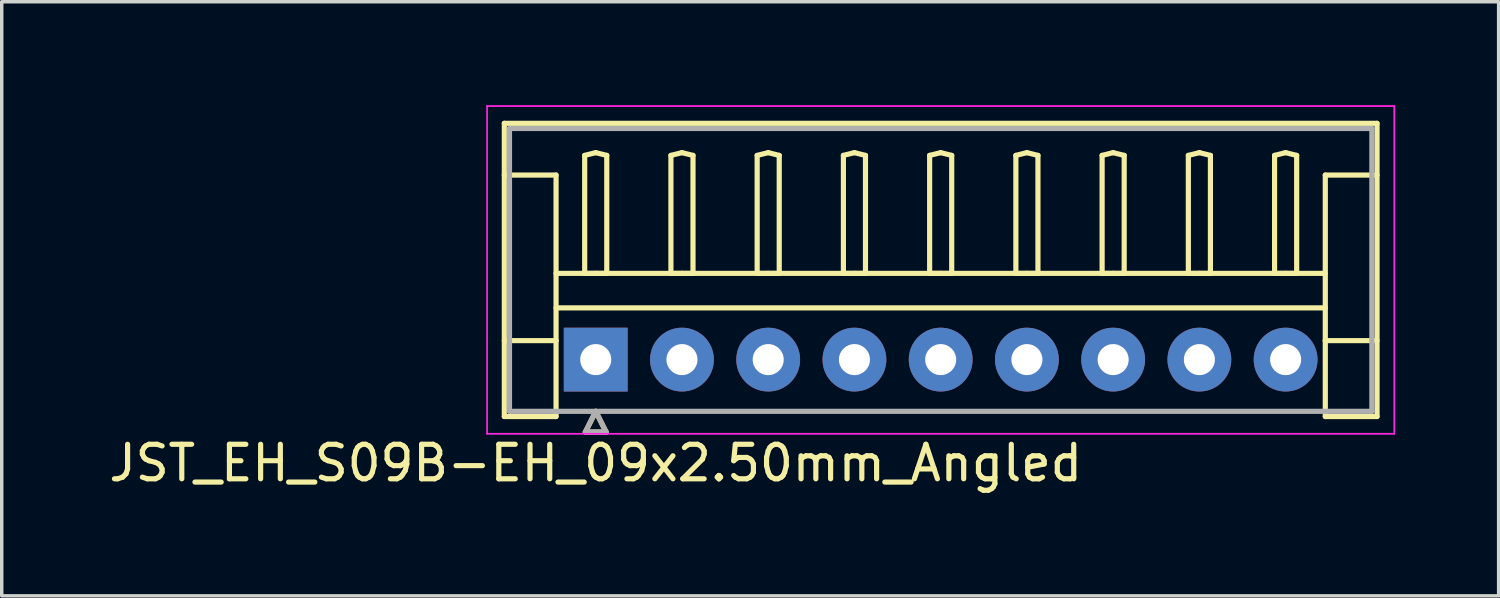
<source format=kicad_pcb>
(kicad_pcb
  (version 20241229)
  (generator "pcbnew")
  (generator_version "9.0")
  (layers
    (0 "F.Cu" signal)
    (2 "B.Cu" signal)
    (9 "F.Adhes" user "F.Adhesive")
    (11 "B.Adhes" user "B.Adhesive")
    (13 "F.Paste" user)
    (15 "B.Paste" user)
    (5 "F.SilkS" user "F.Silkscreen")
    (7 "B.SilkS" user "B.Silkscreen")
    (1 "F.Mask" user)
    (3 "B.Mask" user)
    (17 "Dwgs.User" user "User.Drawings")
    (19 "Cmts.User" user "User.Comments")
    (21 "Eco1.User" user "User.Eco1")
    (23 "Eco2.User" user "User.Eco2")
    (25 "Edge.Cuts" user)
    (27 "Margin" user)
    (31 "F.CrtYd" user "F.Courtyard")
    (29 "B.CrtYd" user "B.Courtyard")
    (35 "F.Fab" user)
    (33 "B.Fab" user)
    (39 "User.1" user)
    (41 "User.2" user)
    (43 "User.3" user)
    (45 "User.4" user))
  (footprint "JST_EH_S09B-EH_09x2.50mm_Angled"
    (layer "F.Cu")
    (at 14.22 7.375)
    (property "Reference" "JST_EH_S09B-EH_09x2.50mm_Angled" (at 0 3 0) (layer "F.SilkS") (effects (font (size 1 1) (thickness 0.15))))
    (attr through_hole)
    (fp_line (start -2.65 -6.85) (end 22.65 -6.85) (stroke (width 0.15) (type solid)) (layer "F.SilkS"))
    (fp_line (start -2.65 -5.35) (end -1.15 -5.35) (stroke (width 0.15) (type solid)) (layer "F.SilkS"))
    (fp_line (start -2.65 1.65) (end -2.65 -6.85) (stroke (width 0.15) (type solid)) (layer "F.SilkS"))
    (fp_line (start -1.15 -5.35) (end -1.15 -0.55) (stroke (width 0.15) (type solid)) (layer "F.SilkS"))
    (fp_line (start -1.15 -2.5) (end 21.15 -2.5) (stroke (width 0.15) (type solid)) (layer "F.SilkS"))
    (fp_line (start -1.15 -1.5) (end 21.15 -1.5) (stroke (width 0.15) (type solid)) (layer "F.SilkS"))
    (fp_line (start -1.15 -0.55) (end -2.65 -0.55) (stroke (width 0.15) (type solid)) (layer "F.SilkS"))
    (fp_line (start -1.15 -0.55) (end -1.15 1.65) (stroke (width 0.15) (type solid)) (layer "F.SilkS"))
    (fp_line (start -1.15 1.65) (end -2.65 1.65) (stroke (width 0.15) (type solid)) (layer "F.SilkS"))
    (fp_line (start -0.32 -5.92) (end 0 -6) (stroke (width 0.15) (type solid)) (layer "F.SilkS"))
    (fp_line (start -0.32 -2.5) (end -0.32 -5.92) (stroke (width 0.15) (type solid)) (layer "F.SilkS"))
    (fp_line (start -0.3 2.1) (end 0.3 2.1) (stroke (width 0.15) (type solid)) (layer "F.SilkS"))
    (fp_line (start 0 -6) (end 0.32 -5.92) (stroke (width 0.15) (type solid)) (layer "F.SilkS"))
    (fp_line (start 0 -2.5) (end -0.32 -2.5) (stroke (width 0.15) (type solid)) (layer "F.SilkS"))
    (fp_line (start 0 1.5) (end -0.3 2.1) (stroke (width 0.15) (type solid)) (layer "F.SilkS"))
    (fp_line (start 0.3 2.1) (end 0 1.5) (stroke (width 0.15) (type solid)) (layer "F.SilkS"))
    (fp_line (start 0.32 -5.92) (end 0.32 -2.5) (stroke (width 0.15) (type solid)) (layer "F.SilkS"))
    (fp_line (start 0.32 -2.5) (end 0 -2.5) (stroke (width 0.15) (type solid)) (layer "F.SilkS"))
    (fp_line (start 2.18 -5.92) (end 2.5 -6) (stroke (width 0.15) (type solid)) (layer "F.SilkS"))
    (fp_line (start 2.18 -2.5) (end 2.18 -5.92) (stroke (width 0.15) (type solid)) (layer "F.SilkS"))
    (fp_line (start 2.5 -6) (end 2.82 -5.92) (stroke (width 0.15) (type solid)) (layer "F.SilkS"))
    (fp_line (start 2.5 -2.5) (end 2.18 -2.5) (stroke (width 0.15) (type solid)) (layer "F.SilkS"))
    (fp_line (start 2.82 -5.92) (end 2.82 -2.5) (stroke (width 0.15) (type solid)) (layer "F.SilkS"))
    (fp_line (start 2.82 -2.5) (end 2.5 -2.5) (stroke (width 0.15) (type solid)) (layer "F.SilkS"))
    (fp_line (start 4.68 -5.92) (end 5 -6) (stroke (width 0.15) (type solid)) (layer "F.SilkS"))
    (fp_line (start 4.68 -2.5) (end 4.68 -5.92) (stroke (width 0.15) (type solid)) (layer "F.SilkS"))
    (fp_line (start 5 -6) (end 5.32 -5.92) (stroke (width 0.15) (type solid)) (layer "F.SilkS"))
    (fp_line (start 5 -2.5) (end 4.68 -2.5) (stroke (width 0.15) (type solid)) (layer "F.SilkS"))
    (fp_line (start 5.32 -5.92) (end 5.32 -2.5) (stroke (width 0.15) (type solid)) (layer "F.SilkS"))
    (fp_line (start 5.32 -2.5) (end 5 -2.5) (stroke (width 0.15) (type solid)) (layer "F.SilkS"))
    (fp_line (start 7.18 -5.92) (end 7.5 -6) (stroke (width 0.15) (type solid)) (layer "F.SilkS"))
    (fp_line (start 7.18 -2.5) (end 7.18 -5.92) (stroke (width 0.15) (type solid)) (layer "F.SilkS"))
    (fp_line (start 7.5 -6) (end 7.82 -5.92) (stroke (width 0.15) (type solid)) (layer "F.SilkS"))
    (fp_line (start 7.5 -2.5) (end 7.18 -2.5) (stroke (width 0.15) (type solid)) (layer "F.SilkS"))
    (fp_line (start 7.82 -5.92) (end 7.82 -2.5) (stroke (width 0.15) (type solid)) (layer "F.SilkS"))
    (fp_line (start 7.82 -2.5) (end 7.5 -2.5) (stroke (width 0.15) (type solid)) (layer "F.SilkS"))
    (fp_line (start 9.68 -5.92) (end 10 -6) (stroke (width 0.15) (type solid)) (layer "F.SilkS"))
    (fp_line (start 9.68 -2.5) (end 9.68 -5.92) (stroke (width 0.15) (type solid)) (layer "F.SilkS"))
    (fp_line (start 10 -6) (end 10.32 -5.92) (stroke (width 0.15) (type solid)) (layer "F.SilkS"))
    (fp_line (start 10 -2.5) (end 9.68 -2.5) (stroke (width 0.15) (type solid)) (layer "F.SilkS"))
    (fp_line (start 10.32 -5.92) (end 10.32 -2.5) (stroke (width 0.15) (type solid)) (layer "F.SilkS"))
    (fp_line (start 10.32 -2.5) (end 10 -2.5) (stroke (width 0.15) (type solid)) (layer "F.SilkS"))
    (fp_line (start 12.18 -5.92) (end 12.5 -6) (stroke (width 0.15) (type solid)) (layer "F.SilkS"))
    (fp_line (start 12.18 -2.5) (end 12.18 -5.92) (stroke (width 0.15) (type solid)) (layer "F.SilkS"))
    (fp_line (start 12.5 -6) (end 12.82 -5.92) (stroke (width 0.15) (type solid)) (layer "F.SilkS"))
    (fp_line (start 12.5 -2.5) (end 12.18 -2.5) (stroke (width 0.15) (type solid)) (layer "F.SilkS"))
    (fp_line (start 12.82 -5.92) (end 12.82 -2.5) (stroke (width 0.15) (type solid)) (layer "F.SilkS"))
    (fp_line (start 12.82 -2.5) (end 12.5 -2.5) (stroke (width 0.15) (type solid)) (layer "F.SilkS"))
    (fp_line (start 14.68 -5.92) (end 15 -6) (stroke (width 0.15) (type solid)) (layer "F.SilkS"))
    (fp_line (start 14.68 -2.5) (end 14.68 -5.92) (stroke (width 0.15) (type solid)) (layer "F.SilkS"))
    (fp_line (start 15 -6) (end 15.32 -5.92) (stroke (width 0.15) (type solid)) (layer "F.SilkS"))
    (fp_line (start 15 -2.5) (end 14.68 -2.5) (stroke (width 0.15) (type solid)) (layer "F.SilkS"))
    (fp_line (start 15.32 -5.92) (end 15.32 -2.5) (stroke (width 0.15) (type solid)) (layer "F.SilkS"))
    (fp_line (start 15.32 -2.5) (end 15 -2.5) (stroke (width 0.15) (type solid)) (layer "F.SilkS"))
    (fp_line (start 17.18 -5.92) (end 17.5 -6) (stroke (width 0.15) (type solid)) (layer "F.SilkS"))
    (fp_line (start 17.18 -2.5) (end 17.18 -5.92) (stroke (width 0.15) (type solid)) (layer "F.SilkS"))
    (fp_line (start 17.5 -6) (end 17.82 -5.92) (stroke (width 0.15) (type solid)) (layer "F.SilkS"))
    (fp_line (start 17.5 -2.5) (end 17.18 -2.5) (stroke (width 0.15) (type solid)) (layer "F.SilkS"))
    (fp_line (start 17.82 -5.92) (end 17.82 -2.5) (stroke (width 0.15) (type solid)) (layer "F.SilkS"))
    (fp_line (start 17.82 -2.5) (end 17.5 -2.5) (stroke (width 0.15) (type solid)) (layer "F.SilkS"))
    (fp_line (start 19.68 -5.92) (end 20 -6) (stroke (width 0.15) (type solid)) (layer "F.SilkS"))
    (fp_line (start 19.68 -2.5) (end 19.68 -5.92) (stroke (width 0.15) (type solid)) (layer "F.SilkS"))
    (fp_line (start 20 -6) (end 20.32 -5.92) (stroke (width 0.15) (type solid)) (layer "F.SilkS"))
    (fp_line (start 20 -2.5) (end 19.68 -2.5) (stroke (width 0.15) (type solid)) (layer "F.SilkS"))
    (fp_line (start 20.32 -5.92) (end 20.32 -2.5) (stroke (width 0.15) (type solid)) (layer "F.SilkS"))
    (fp_line (start 20.32 -2.5) (end 20 -2.5) (stroke (width 0.15) (type solid)) (layer "F.SilkS"))
    (fp_line (start 21.15 -5.35) (end 21.15 -0.55) (stroke (width 0.15) (type solid)) (layer "F.SilkS"))
    (fp_line (start 21.15 -0.55) (end 22.65 -0.55) (stroke (width 0.15) (type solid)) (layer "F.SilkS"))
    (fp_line (start 21.15 1.65) (end 21.15 -0.55) (stroke (width 0.15) (type solid)) (layer "F.SilkS"))
    (fp_line (start 22.65 -6.85) (end 22.65 1.65) (stroke (width 0.15) (type solid)) (layer "F.SilkS"))
    (fp_line (start 22.65 -5.35) (end 21.15 -5.35) (stroke (width 0.15) (type solid)) (layer "F.SilkS"))
    (fp_line (start 22.65 1.65) (end 21.15 1.65) (stroke (width 0.15) (type solid)) (layer "F.SilkS"))
    (fp_line (start -3.15 -7.35) (end -3.15 2.15) (stroke (width 0.05) (type solid)) (layer "F.CrtYd"))
    (fp_line (start -3.15 2.15) (end 23.15 2.15) (stroke (width 0.05) (type solid)) (layer "F.CrtYd"))
    (fp_line (start 23.15 -7.35) (end -3.15 -7.35) (stroke (width 0.05) (type solid)) (layer "F.CrtYd"))
    (fp_line (start 23.15 2.15) (end 23.15 -7.35) (stroke (width 0.05) (type solid)) (layer "F.CrtYd"))
    (fp_line (start -2.5 -6.7) (end -2.5 1.5) (stroke (width 0.15) (type solid)) (layer "F.Fab"))
    (fp_line (start -2.5 1.5) (end 22.5 1.5) (stroke (width 0.15) (type solid)) (layer "F.Fab"))
    (fp_line (start -0.3 2.1) (end 0.3 2.1) (stroke (width 0.15) (type solid)) (layer "F.Fab"))
    (fp_line (start 0 1.5) (end -0.3 2.1) (stroke (width 0.15) (type solid)) (layer "F.Fab"))
    (fp_line (start 0.3 2.1) (end 0 1.5) (stroke (width 0.15) (type solid)) (layer "F.Fab"))
    (fp_line (start 22.5 -6.7) (end -2.5 -6.7) (stroke (width 0.15) (type solid)) (layer "F.Fab"))
    (fp_line (start 22.5 1.5) (end 22.5 -6.7) (stroke (width 0.15) (type solid)) (layer "F.Fab"))
    (pad "1" thru_hole rect (at 0 0) (size 1.85 1.85) (drill 0.9) (layers "*.Cu" "*.Mask"))
    (pad "2" thru_hole circle (at 2.5 0) (size 1.85 1.85) (drill 0.9) (layers "*.Cu" "*.Mask"))
    (pad "3" thru_hole circle (at 5 0) (size 1.85 1.85) (drill 0.9) (layers "*.Cu" "*.Mask"))
    (pad "4" thru_hole circle (at 7.5 0) (size 1.85 1.85) (drill 0.9) (layers "*.Cu" "*.Mask"))
    (pad "5" thru_hole circle (at 10 0) (size 1.85 1.85) (drill 0.9) (layers "*.Cu" "*.Mask"))
    (pad "6" thru_hole circle (at 12.5 0) (size 1.85 1.85) (drill 0.9) (layers "*.Cu" "*.Mask"))
    (pad "7" thru_hole circle (at 15 0) (size 1.85 1.85) (drill 0.9) (layers "*.Cu" "*.Mask"))
    (pad "8" thru_hole circle (at 17.5 0) (size 1.85 1.85) (drill 0.9) (layers "*.Cu" "*.Mask"))
    (pad "9" thru_hole circle (at 20 0) (size 1.85 1.85) (drill 0.9) (layers "*.Cu" "*.Mask")))
  (gr_rect
    (start -3 -3)
    (end 40.395 14.223)
    (stroke (width 0.1) (type default))
    (fill no)
    (layer "Edge.Cuts")))
</source>
